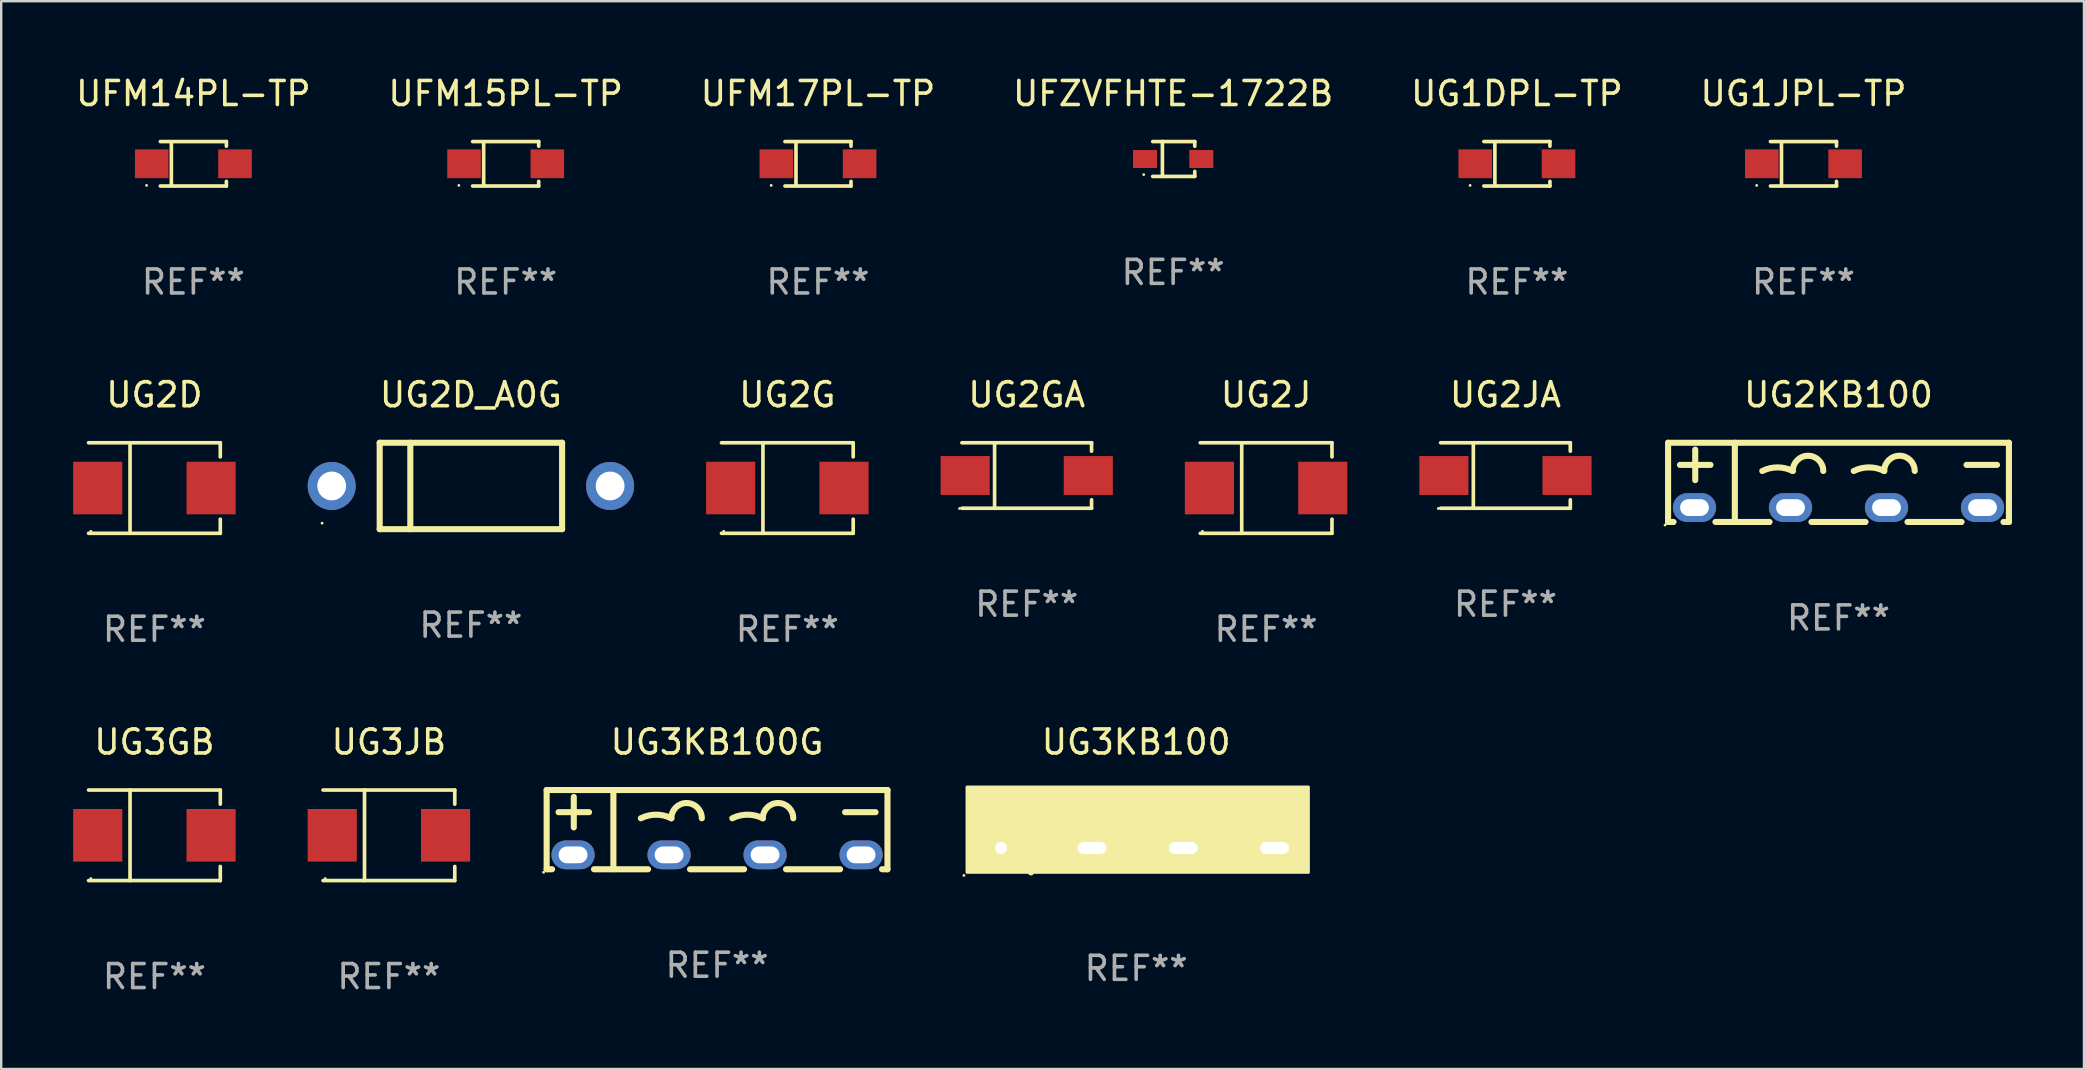
<source format=kicad_pcb>
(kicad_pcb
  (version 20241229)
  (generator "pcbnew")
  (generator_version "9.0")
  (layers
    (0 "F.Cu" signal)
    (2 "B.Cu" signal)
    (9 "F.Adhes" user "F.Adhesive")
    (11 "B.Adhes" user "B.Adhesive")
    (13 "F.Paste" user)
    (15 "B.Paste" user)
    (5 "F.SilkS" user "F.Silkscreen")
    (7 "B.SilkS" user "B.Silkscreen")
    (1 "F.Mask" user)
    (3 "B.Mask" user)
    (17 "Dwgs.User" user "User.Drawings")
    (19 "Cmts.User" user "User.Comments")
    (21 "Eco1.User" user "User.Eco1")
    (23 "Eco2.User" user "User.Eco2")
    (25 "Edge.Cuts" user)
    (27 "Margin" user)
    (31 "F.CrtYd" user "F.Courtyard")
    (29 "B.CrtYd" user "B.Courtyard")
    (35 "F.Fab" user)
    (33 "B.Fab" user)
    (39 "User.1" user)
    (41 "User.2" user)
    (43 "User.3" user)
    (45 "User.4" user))
  (footprint "UG3KB100G"
    (layer "F.Cu")
    (at 26.825 31.516)
    (property "Reference" "UG3KB100G" (at 0 -3.65 0) (layer "F.SilkS") (effects (font (size 1 1) (thickness 0.15))))
    (attr through_hole)
    (fp_line (start -7.1 -1.65) (end 7.1 -1.65) (stroke (width 0.254) (type solid)) (layer "F.SilkS"))
    (fp_line (start -7.1 1.65) (end -7.1 -1.65) (stroke (width 0.254) (type solid)) (layer "F.SilkS"))
    (fp_line (start -7.1 1.65) (end -6.874 1.65) (stroke (width 0.254) (type solid)) (layer "F.SilkS"))
    (fp_line (start -6.604 -0.728) (end -5.334 -0.728) (stroke (width 0.254) (type solid)) (layer "F.SilkS"))
    (fp_line (start -5.969 -0.093) (end -5.969 -1.363) (stroke (width 0.254) (type solid)) (layer "F.SilkS"))
    (fp_line (start -5.126 1.65) (end -2.874 1.65) (stroke (width 0.254) (type solid)) (layer "F.SilkS"))
    (fp_line (start -4.319 1.647) (end -4.319 -1.65) (stroke (width 0.254) (type solid)) (layer "F.SilkS"))
    (fp_line (start -1.126 1.65) (end 1.126 1.65) (stroke (width 0.254) (type solid)) (layer "F.SilkS"))
    (fp_line (start 2.874 1.65) (end 5.126 1.65) (stroke (width 0.254) (type solid)) (layer "F.SilkS"))
    (fp_line (start 5.334 -0.728) (end 6.604 -0.728) (stroke (width 0.254) (type solid)) (layer "F.SilkS"))
    (fp_line (start 6.874 1.65) (end 7.1 1.65) (stroke (width 0.254) (type solid)) (layer "F.SilkS"))
    (fp_line (start 7.1 -1.65) (end 7.1 1.65) (stroke (width 0.254) (type solid)) (layer "F.SilkS"))
    (fp_arc (start -3.175006 -0.473965) (mid -2.540005 -0.623868) (end -1.905003 -0.473965) (stroke (width 0.254001) (type solid)) (layer "F.SilkS"))
    (fp_arc (start -1.905005 -0.473965) (mid -1.270003 -1.108967) (end -0.635001 -0.473965) (stroke (width 0.254001) (type solid)) (layer "F.SilkS"))
    (fp_arc (start 0.635001 -0.473965) (mid 1.270003 -0.623869) (end 1.905004 -0.473965) (stroke (width 0.254001) (type solid)) (layer "F.SilkS"))
    (fp_arc (start 1.905004 -0.473965) (mid 2.540005 -1.108966) (end 3.175006 -0.473965) (stroke (width 0.254001) (type solid)) (layer "F.SilkS"))
    (fp_circle (center -7.227 1.777) (end -7.197 1.777) (stroke (width 0.06) (type solid)) (fill no) (layer "F.SilkS"))
    (fp_text user "REF**" (at 0 5.65 0) (layer "F.Fab") (effects (font (size 1 1) (thickness 0.15))))
    (pad "1" thru_hole oval (at -6 1.05) (size 1.8 1.2) (drill oval 1.2 0.7) (layers "*.Cu" "*.Mask"))
    (pad "2" thru_hole oval (at -2 1.05) (size 1.8 1.2) (drill oval 1.2 0.7) (layers "*.Cu" "*.Mask"))
    (pad "3" thru_hole oval (at 2 1.05) (size 1.8 1.2) (drill oval 1.2 0.7) (layers "*.Cu" "*.Mask"))
    (pad "4" thru_hole oval (at 6 1.05) (size 1.8 1.2) (drill oval 1.2 0.7) (layers "*.Cu" "*.Mask")))
  (footprint "UG2G"
    (layer "F.Cu")
    (at 29.753 17.283)
    (property "Reference" "UG2G" (at 0 -3.886 0) (layer "F.SilkS") (effects (font (size 1 1) (thickness 0.15))))
    (attr through_hole)
    (fp_line (start -2.744 -1.886) (end 2.744 -1.886) (stroke (width 0.152) (type solid)) (layer "F.SilkS"))
    (fp_line (start -2.744 1.886) (end 2.744 1.886) (stroke (width 0.152) (type solid)) (layer "F.SilkS"))
    (fp_line (start -1.016 -1.886) (end -1.016 1.886) (stroke (width 0.152) (type solid)) (layer "F.SilkS"))
    (fp_line (start 2.744 -1.886) (end 2.744 -1.299) (stroke (width 0.152) (type solid)) (layer "F.SilkS"))
    (fp_line (start 2.744 1.886) (end 2.744 1.299) (stroke (width 0.152) (type solid)) (layer "F.SilkS"))
    (fp_circle (center -2.65 1.8) (end -2.62 1.8) (stroke (width 0.06) (type solid)) (fill no) (layer "F.SilkS"))
    (fp_text user "REF**" (at 0 5.886 0) (layer "F.Fab") (effects (font (size 1 1) (thickness 0.15))))
    (pad "1" smd rect (at -2.361 0) (size 2.047 2.192) (layers "F.Cu" "F.Mask" "F.Paste"))
    (pad "2" smd rect (at 2.361 0) (size 2.047 2.192) (layers "F.Cu" "F.Mask" "F.Paste")))
  (footprint "UG1DPL-TP"
    (layer "F.Cu")
    (at 60.149 3.774)
    (property "Reference" "UG1DPL-TP" (at 0 -2.926 0) (layer "F.SilkS") (effects (font (size 1 1) (thickness 0.15))))
    (attr through_hole)
    (fp_line (start -1.376 -0.926) (end 1.376 -0.926) (stroke (width 0.152) (type solid)) (layer "F.SilkS"))
    (fp_line (start -1.376 0.926) (end 1.376 0.926) (stroke (width 0.152) (type solid)) (layer "F.SilkS"))
    (fp_line (start -0.917 -0.876) (end -0.917 0.876) (stroke (width 0.152) (type solid)) (layer "F.SilkS"))
    (fp_line (start 1.376 -0.926) (end 1.376 -0.733) (stroke (width 0.152) (type solid)) (layer "F.SilkS"))
    (fp_line (start 1.376 0.926) (end 1.376 0.733) (stroke (width 0.152) (type solid)) (layer "F.SilkS"))
    (fp_circle (center -1.95 0.9) (end -1.92 0.9) (stroke (width 0.06) (type solid)) (fill no) (layer "F.SilkS"))
    (fp_text user "REF**" (at 0 4.926 0) (layer "F.Fab") (effects (font (size 1 1) (thickness 0.15))))
    (pad "1" smd rect (at -1.735 0) (size 1.4 1.2) (layers "F.Cu" "F.Mask" "F.Paste"))
    (pad "2" smd rect (at 1.735 0) (size 1.4 1.2) (layers "F.Cu" "F.Mask" "F.Paste")))
  (footprint "UFM14PL-TP"
    (layer "F.Cu")
    (at 5.006 3.774)
    (property "Reference" "UFM14PL-TP" (at 0 -2.926 0) (layer "F.SilkS") (effects (font (size 1 1) (thickness 0.15))))
    (attr through_hole)
    (fp_line (start -1.376 -0.926) (end 1.376 -0.926) (stroke (width 0.152) (type solid)) (layer "F.SilkS"))
    (fp_line (start -1.376 0.926) (end 1.376 0.926) (stroke (width 0.152) (type solid)) (layer "F.SilkS"))
    (fp_line (start -0.917 -0.876) (end -0.917 0.876) (stroke (width 0.152) (type solid)) (layer "F.SilkS"))
    (fp_line (start 1.376 -0.926) (end 1.376 -0.733) (stroke (width 0.152) (type solid)) (layer "F.SilkS"))
    (fp_line (start 1.376 0.926) (end 1.376 0.733) (stroke (width 0.152) (type solid)) (layer "F.SilkS"))
    (fp_circle (center -1.95 0.9) (end -1.92 0.9) (stroke (width 0.06) (type solid)) (fill no) (layer "F.SilkS"))
    (fp_text user "REF**" (at 0 4.926 0) (layer "F.Fab") (effects (font (size 1 1) (thickness 0.15))))
    (pad "1" smd rect (at -1.735 0) (size 1.4 1.2) (layers "F.Cu" "F.Mask" "F.Paste"))
    (pad "2" smd rect (at 1.735 0) (size 1.4 1.2) (layers "F.Cu" "F.Mask" "F.Paste")))
  (footprint "UG3GB"
    (layer "F.Cu")
    (at 3.384 31.752)
    (property "Reference" "UG3GB" (at 0 -3.886 0) (layer "F.SilkS") (effects (font (size 1 1) (thickness 0.15))))
    (attr through_hole)
    (fp_line (start -2.744 -1.886) (end 2.744 -1.886) (stroke (width 0.152) (type solid)) (layer "F.SilkS"))
    (fp_line (start -2.744 1.886) (end 2.744 1.886) (stroke (width 0.152) (type solid)) (layer "F.SilkS"))
    (fp_line (start -1.016 -1.886) (end -1.016 1.886) (stroke (width 0.152) (type solid)) (layer "F.SilkS"))
    (fp_line (start 2.744 -1.886) (end 2.744 -1.299) (stroke (width 0.152) (type solid)) (layer "F.SilkS"))
    (fp_line (start 2.744 1.886) (end 2.744 1.299) (stroke (width 0.152) (type solid)) (layer "F.SilkS"))
    (fp_circle (center -2.65 1.8) (end -2.62 1.8) (stroke (width 0.06) (type solid)) (fill no) (layer "F.SilkS"))
    (fp_text user "REF**" (at 0 5.886 0) (layer "F.Fab") (effects (font (size 1 1) (thickness 0.15))))
    (pad "1" smd rect (at -2.361 0) (size 2.047 2.192) (layers "F.Cu" "F.Mask" "F.Paste"))
    (pad "2" smd rect (at 2.361 0) (size 2.047 2.192) (layers "F.Cu" "F.Mask" "F.Paste")))
  (footprint "UFM17PL-TP"
    (layer "F.Cu")
    (at 31.03 3.774)
    (property "Reference" "UFM17PL-TP" (at 0 -2.926 0) (layer "F.SilkS") (effects (font (size 1 1) (thickness 0.15))))
    (attr through_hole)
    (fp_line (start -1.376 -0.926) (end 1.376 -0.926) (stroke (width 0.152) (type solid)) (layer "F.SilkS"))
    (fp_line (start -1.376 0.926) (end 1.376 0.926) (stroke (width 0.152) (type solid)) (layer "F.SilkS"))
    (fp_line (start -0.917 -0.876) (end -0.917 0.876) (stroke (width 0.152) (type solid)) (layer "F.SilkS"))
    (fp_line (start 1.376 -0.926) (end 1.376 -0.733) (stroke (width 0.152) (type solid)) (layer "F.SilkS"))
    (fp_line (start 1.376 0.926) (end 1.376 0.733) (stroke (width 0.152) (type solid)) (layer "F.SilkS"))
    (fp_circle (center -1.95 0.9) (end -1.92 0.9) (stroke (width 0.06) (type solid)) (fill no) (layer "F.SilkS"))
    (fp_text user "REF**" (at 0 4.926 0) (layer "F.Fab") (effects (font (size 1 1) (thickness 0.15))))
    (pad "1" smd rect (at -1.735 0) (size 1.4 1.2) (layers "F.Cu" "F.Mask" "F.Paste"))
    (pad "2" smd rect (at 1.735 0) (size 1.4 1.2) (layers "F.Cu" "F.Mask" "F.Paste")))
  (footprint "UG2D"
    (layer "F.Cu")
    (at 3.384 17.283)
    (property "Reference" "UG2D" (at 0 -3.886 0) (layer "F.SilkS") (effects (font (size 1 1) (thickness 0.15))))
    (attr through_hole)
    (fp_line (start -2.744 -1.886) (end 2.744 -1.886) (stroke (width 0.152) (type solid)) (layer "F.SilkS"))
    (fp_line (start -2.744 1.886) (end 2.744 1.886) (stroke (width 0.152) (type solid)) (layer "F.SilkS"))
    (fp_line (start -1.016 -1.886) (end -1.016 1.886) (stroke (width 0.152) (type solid)) (layer "F.SilkS"))
    (fp_line (start 2.744 -1.886) (end 2.744 -1.299) (stroke (width 0.152) (type solid)) (layer "F.SilkS"))
    (fp_line (start 2.744 1.886) (end 2.744 1.299) (stroke (width 0.152) (type solid)) (layer "F.SilkS"))
    (fp_circle (center -2.65 1.8) (end -2.62 1.8) (stroke (width 0.06) (type solid)) (fill no) (layer "F.SilkS"))
    (fp_text user "REF**" (at 0 5.886 0) (layer "F.Fab") (effects (font (size 1 1) (thickness 0.15))))
    (pad "1" smd rect (at -2.361 0) (size 2.047 2.192) (layers "F.Cu" "F.Mask" "F.Paste"))
    (pad "2" smd rect (at 2.361 0) (size 2.047 2.192) (layers "F.Cu" "F.Mask" "F.Paste")))
  (footprint "UG2D_A0G"
    (layer "F.Cu")
    (at 16.569 17.197)
    (property "Reference" "UG2D_A0G" (at 0 -3.8 0) (layer "F.SilkS") (effects (font (size 1 1) (thickness 0.15))))
    (attr through_hole)
    (fp_line (start -3.8 -1.8) (end -3.8 1.8) (stroke (width 0.254) (type solid)) (layer "F.SilkS"))
    (fp_line (start -3.8 -1.8) (end 3.8 -1.8) (stroke (width 0.254) (type solid)) (layer "F.SilkS"))
    (fp_line (start -3.8 1.8) (end 3.8 1.8) (stroke (width 0.254) (type solid)) (layer "F.SilkS"))
    (fp_line (start -2.524 -1.8) (end -2.524 1.8) (stroke (width 0.254) (type solid)) (layer "F.SilkS"))
    (fp_line (start 3.8 -1.8) (end 3.8 1.8) (stroke (width 0.254) (type solid)) (layer "F.SilkS"))
    (fp_circle (center -6.2 1.55) (end -6.17 1.55) (stroke (width 0.06) (type solid)) (fill no) (layer "F.SilkS"))
    (fp_text user "REF**" (at 0 5.8 0) (layer "F.Fab") (effects (font (size 1 1) (thickness 0.15))))
    (pad "1" thru_hole circle (at -5.8 0) (size 2 2) (drill 1.2) (layers "*.Cu" "*.Mask"))
    (pad "2" thru_hole circle (at 5.8 0) (size 2 2) (drill 1.2) (layers "*.Cu" "*.Mask")))
  (footprint "UG3JB"
    (layer "F.Cu")
    (at 13.153 31.752)
    (property "Reference" "UG3JB" (at 0 -3.886 0) (layer "F.SilkS") (effects (font (size 1 1) (thickness 0.15))))
    (attr through_hole)
    (fp_line (start -2.744 -1.886) (end 2.744 -1.886) (stroke (width 0.152) (type solid)) (layer "F.SilkS"))
    (fp_line (start -2.744 1.886) (end 2.744 1.886) (stroke (width 0.152) (type solid)) (layer "F.SilkS"))
    (fp_line (start -1.016 -1.886) (end -1.016 1.886) (stroke (width 0.152) (type solid)) (layer "F.SilkS"))
    (fp_line (start 2.744 -1.886) (end 2.744 -1.299) (stroke (width 0.152) (type solid)) (layer "F.SilkS"))
    (fp_line (start 2.744 1.886) (end 2.744 1.299) (stroke (width 0.152) (type solid)) (layer "F.SilkS"))
    (fp_circle (center -2.65 1.8) (end -2.62 1.8) (stroke (width 0.06) (type solid)) (fill no) (layer "F.SilkS"))
    (fp_text user "REF**" (at 0 5.886 0) (layer "F.Fab") (effects (font (size 1 1) (thickness 0.15))))
    (pad "1" smd rect (at -2.361 0) (size 2.047 2.192) (layers "F.Cu" "F.Mask" "F.Paste"))
    (pad "2" smd rect (at 2.361 0) (size 2.047 2.192) (layers "F.Cu" "F.Mask" "F.Paste")))
  (footprint "UG2J"
    (layer "F.Cu")
    (at 49.7 17.283)
    (property "Reference" "UG2J" (at 0 -3.886 0) (layer "F.SilkS") (effects (font (size 1 1) (thickness 0.15))))
    (attr through_hole)
    (fp_line (start -2.744 -1.886) (end 2.744 -1.886) (stroke (width 0.152) (type solid)) (layer "F.SilkS"))
    (fp_line (start -2.744 1.886) (end 2.744 1.886) (stroke (width 0.152) (type solid)) (layer "F.SilkS"))
    (fp_line (start -1.016 -1.886) (end -1.016 1.886) (stroke (width 0.152) (type solid)) (layer "F.SilkS"))
    (fp_line (start 2.744 -1.886) (end 2.744 -1.299) (stroke (width 0.152) (type solid)) (layer "F.SilkS"))
    (fp_line (start 2.744 1.886) (end 2.744 1.299) (stroke (width 0.152) (type solid)) (layer "F.SilkS"))
    (fp_circle (center -2.65 1.8) (end -2.62 1.8) (stroke (width 0.06) (type solid)) (fill no) (layer "F.SilkS"))
    (fp_text user "REF**" (at 0 5.886 0) (layer "F.Fab") (effects (font (size 1 1) (thickness 0.15))))
    (pad "1" smd rect (at -2.361 0) (size 2.047 2.192) (layers "F.Cu" "F.Mask" "F.Paste"))
    (pad "2" smd rect (at 2.361 0) (size 2.047 2.192) (layers "F.Cu" "F.Mask" "F.Paste")))
  (footprint "UG2JA"
    (layer "F.Cu")
    (at 59.673 16.761)
    (property "Reference" "UG2JA" (at 0 -3.364 0) (layer "F.SilkS") (effects (font (size 1 1) (thickness 0.15))))
    (attr through_hole)
    (fp_line (start -2.701 -1.364) (end 2.701 -1.364) (stroke (width 0.152) (type solid)) (layer "F.SilkS"))
    (fp_line (start -2.701 1.364) (end 2.701 1.364) (stroke (width 0.152) (type solid)) (layer "F.SilkS"))
    (fp_line (start -1.339 -1.364) (end -1.339 1.364) (stroke (width 0.152) (type solid)) (layer "F.SilkS"))
    (fp_line (start 2.701 -1.364) (end 2.701 -1.013) (stroke (width 0.152) (type solid)) (layer "F.SilkS"))
    (fp_line (start 2.701 1.364) (end 2.701 1.013) (stroke (width 0.152) (type solid)) (layer "F.SilkS"))
    (fp_circle (center -2.8 1.375) (end -2.77 1.375) (stroke (width 0.06) (type solid)) (fill no) (layer "F.SilkS"))
    (fp_text user "REF**" (at 0 5.364 0) (layer "F.Fab") (effects (font (size 1 1) (thickness 0.15))))
    (pad "1" smd rect (at -2.565 -0.000025) (size 2.046 1.62) (layers "F.Cu" "F.Mask" "F.Paste"))
    (pad "2" smd rect (at 2.565 -0.000025) (size 2.046 1.62) (layers "F.Cu" "F.Mask" "F.Paste")))
  (footprint "UG1JPL-TP"
    (layer "F.Cu")
    (at 72.089 3.774)
    (property "Reference" "UG1JPL-TP" (at 0 -2.926 0) (layer "F.SilkS") (effects (font (size 1 1) (thickness 0.15))))
    (attr through_hole)
    (fp_line (start -1.376 -0.926) (end 1.376 -0.926) (stroke (width 0.152) (type solid)) (layer "F.SilkS"))
    (fp_line (start -1.376 0.926) (end 1.376 0.926) (stroke (width 0.152) (type solid)) (layer "F.SilkS"))
    (fp_line (start -0.917 -0.876) (end -0.917 0.876) (stroke (width 0.152) (type solid)) (layer "F.SilkS"))
    (fp_line (start 1.376 -0.926) (end 1.376 -0.733) (stroke (width 0.152) (type solid)) (layer "F.SilkS"))
    (fp_line (start 1.376 0.926) (end 1.376 0.733) (stroke (width 0.152) (type solid)) (layer "F.SilkS"))
    (fp_circle (center -1.95 0.9) (end -1.92 0.9) (stroke (width 0.06) (type solid)) (fill no) (layer "F.SilkS"))
    (fp_text user "REF**" (at 0 4.926 0) (layer "F.Fab") (effects (font (size 1 1) (thickness 0.15))))
    (pad "1" smd rect (at -1.735 0) (size 1.4 1.2) (layers "F.Cu" "F.Mask" "F.Paste"))
    (pad "2" smd rect (at 1.735 0) (size 1.4 1.2) (layers "F.Cu" "F.Mask" "F.Paste")))
  (footprint "UG3KB100"
    (layer "F.Cu")
    (at 44.287 31.581)
    (property "Reference" "UG3KB100" (at 0 -3.715 0) (layer "F.SilkS") (effects (font (size 1 1) (thickness 0.15))))
    (attr through_hole)
    (fp_line (start -6.668 -0.826) (end -4.89 -0.826) (stroke (width 0.254) (type solid)) (layer "F.SilkS"))
    (fp_line (start -5.779 -1.588) (end -5.779 -0.064) (stroke (width 0.254) (type solid)) (layer "F.SilkS"))
    (fp_line (start -4.382 -1.715) (end -4.382 1.715) (stroke (width 0.254) (type solid)) (layer "F.SilkS"))
    (fp_line (start 4.89 -0.699) (end 6.668 -0.699) (stroke (width 0.254) (type solid)) (layer "F.SilkS"))
    (fp_arc (start -2.984544 -0.793777) (mid -2.413043 -0.92869) (end -1.841542 -0.793777) (stroke (width 0.254001) (type solid)) (layer "F.SilkS"))
    (fp_arc (start -0.698539 -0.857277) (mid -1.270041 -0.285775) (end -1.841543 -0.857277) (stroke (width 0.254001) (type solid)) (layer "F.SilkS"))
    (fp_arc (start 0.698463 -0.793777) (mid 1.269964 -0.92869) (end 1.841465 -0.793777) (stroke (width 0.254001) (type solid)) (layer "F.SilkS"))
    (fp_arc (start 2.984468 -0.857277) (mid 2.412967 -0.285776) (end 1.841466 -0.857277) (stroke (width 0.254001) (type solid)) (layer "F.SilkS"))
    (fp_circle (center -7.176 1.842) (end -7.146 1.842) (stroke (width 0.06) (type solid)) (fill no) (layer "F.SilkS"))
    (fp_poly (pts (xy -7.049 -1.842) (xy 7.176 -1.842) (xy 7.176 1.715) (xy -7.049 1.715)) (stroke (width 0.12) (type solid)) (fill yes) (layer "F.SilkS"))
    (fp_text user "REF**" (at 0 5.715 0) (layer "F.Fab") (effects (font (size 1 1) (thickness 0.15))))
    (pad "1" thru_hole rect (at -5.637 0.699) (size 2 1) (drill 0.5) (layers "*.Cu" "*.Mask"))
    (pad "2" thru_hole oval (at -1.836 0.699) (size 2 1) (drill oval 1.2 0.5) (layers "*.Cu" "*.Mask"))
    (pad "3" thru_hole oval (at 1.963 0.699) (size 2 1) (drill oval 1.2 0.5) (layers "*.Cu" "*.Mask"))
    (pad "4" thru_hole oval (at 5.764 0.699) (size 2 1) (drill oval 1.2 0.5) (layers "*.Cu" "*.Mask")))
  (footprint "UG2KB100"
    (layer "F.Cu")
    (at 73.548 17.047)
    (property "Reference" "UG2KB100" (at 0 -3.65 0) (layer "F.SilkS") (effects (font (size 1 1) (thickness 0.15))))
    (attr through_hole)
    (fp_line (start -7.1 -1.65) (end 7.1 -1.65) (stroke (width 0.254) (type solid)) (layer "F.SilkS"))
    (fp_line (start -7.1 1.65) (end -7.1 -1.65) (stroke (width 0.254) (type solid)) (layer "F.SilkS"))
    (fp_line (start -7.1 1.65) (end -6.874 1.65) (stroke (width 0.254) (type solid)) (layer "F.SilkS"))
    (fp_line (start -6.604 -0.728) (end -5.334 -0.728) (stroke (width 0.254) (type solid)) (layer "F.SilkS"))
    (fp_line (start -5.969 -0.093) (end -5.969 -1.363) (stroke (width 0.254) (type solid)) (layer "F.SilkS"))
    (fp_line (start -5.126 1.65) (end -2.874 1.65) (stroke (width 0.254) (type solid)) (layer "F.SilkS"))
    (fp_line (start -4.319 1.647) (end -4.319 -1.65) (stroke (width 0.254) (type solid)) (layer "F.SilkS"))
    (fp_line (start -1.126 1.65) (end 1.126 1.65) (stroke (width 0.254) (type solid)) (layer "F.SilkS"))
    (fp_line (start 2.874 1.65) (end 5.126 1.65) (stroke (width 0.254) (type solid)) (layer "F.SilkS"))
    (fp_line (start 5.334 -0.728) (end 6.604 -0.728) (stroke (width 0.254) (type solid)) (layer "F.SilkS"))
    (fp_line (start 6.874 1.65) (end 7.1 1.65) (stroke (width 0.254) (type solid)) (layer "F.SilkS"))
    (fp_line (start 7.1 -1.65) (end 7.1 1.65) (stroke (width 0.254) (type solid)) (layer "F.SilkS"))
    (fp_arc (start -3.175006 -0.473965) (mid -2.540005 -0.623868) (end -1.905003 -0.473965) (stroke (width 0.254001) (type solid)) (layer "F.SilkS"))
    (fp_arc (start -1.905005 -0.473965) (mid -1.270003 -1.108967) (end -0.635001 -0.473965) (stroke (width 0.254001) (type solid)) (layer "F.SilkS"))
    (fp_arc (start 0.635001 -0.473965) (mid 1.270003 -0.623869) (end 1.905004 -0.473965) (stroke (width 0.254001) (type solid)) (layer "F.SilkS"))
    (fp_arc (start 1.905004 -0.473965) (mid 2.540005 -1.108966) (end 3.175006 -0.473965) (stroke (width 0.254001) (type solid)) (layer "F.SilkS"))
    (fp_circle (center -7.227 1.777) (end -7.197 1.777) (stroke (width 0.06) (type solid)) (fill no) (layer "F.SilkS"))
    (fp_text user "REF**" (at 0 5.65 0) (layer "F.Fab") (effects (font (size 1 1) (thickness 0.15))))
    (pad "1" thru_hole oval (at -6 1.05) (size 1.8 1.2) (drill oval 1.2 0.7) (layers "*.Cu" "*.Mask"))
    (pad "2" thru_hole oval (at -2 1.05) (size 1.8 1.2) (drill oval 1.2 0.7) (layers "*.Cu" "*.Mask"))
    (pad "3" thru_hole oval (at 2 1.05) (size 1.8 1.2) (drill oval 1.2 0.7) (layers "*.Cu" "*.Mask"))
    (pad "4" thru_hole oval (at 6 1.05) (size 1.8 1.2) (drill oval 1.2 0.7) (layers "*.Cu" "*.Mask")))
  (footprint "UG2GA"
    (layer "F.Cu")
    (at 39.727 16.761)
    (property "Reference" "UG2GA" (at 0 -3.364 0) (layer "F.SilkS") (effects (font (size 1 1) (thickness 0.15))))
    (attr through_hole)
    (fp_line (start -2.701 -1.364) (end 2.701 -1.364) (stroke (width 0.152) (type solid)) (layer "F.SilkS"))
    (fp_line (start -2.701 1.364) (end 2.701 1.364) (stroke (width 0.152) (type solid)) (layer "F.SilkS"))
    (fp_line (start -1.339 -1.364) (end -1.339 1.364) (stroke (width 0.152) (type solid)) (layer "F.SilkS"))
    (fp_line (start 2.701 -1.364) (end 2.701 -1.013) (stroke (width 0.152) (type solid)) (layer "F.SilkS"))
    (fp_line (start 2.701 1.364) (end 2.701 1.013) (stroke (width 0.152) (type solid)) (layer "F.SilkS"))
    (fp_circle (center -2.8 1.375) (end -2.77 1.375) (stroke (width 0.06) (type solid)) (fill no) (layer "F.SilkS"))
    (fp_text user "REF**" (at 0 5.364 0) (layer "F.Fab") (effects (font (size 1 1) (thickness 0.15))))
    (pad "1" smd rect (at -2.565 -0.000025) (size 2.046 1.62) (layers "F.Cu" "F.Mask" "F.Paste"))
    (pad "2" smd rect (at 2.565 -0.000025) (size 2.046 1.62) (layers "F.Cu" "F.Mask" "F.Paste")))
  (footprint "UFM15PL-TP"
    (layer "F.Cu")
    (at 18.018 3.774)
    (property "Reference" "UFM15PL-TP" (at 0 -2.926 0) (layer "F.SilkS") (effects (font (size 1 1) (thickness 0.15))))
    (attr through_hole)
    (fp_line (start -1.376 -0.926) (end 1.376 -0.926) (stroke (width 0.152) (type solid)) (layer "F.SilkS"))
    (fp_line (start -1.376 0.926) (end 1.376 0.926) (stroke (width 0.152) (type solid)) (layer "F.SilkS"))
    (fp_line (start -0.917 -0.876) (end -0.917 0.876) (stroke (width 0.152) (type solid)) (layer "F.SilkS"))
    (fp_line (start 1.376 -0.926) (end 1.376 -0.733) (stroke (width 0.152) (type solid)) (layer "F.SilkS"))
    (fp_line (start 1.376 0.926) (end 1.376 0.733) (stroke (width 0.152) (type solid)) (layer "F.SilkS"))
    (fp_circle (center -1.95 0.9) (end -1.92 0.9) (stroke (width 0.06) (type solid)) (fill no) (layer "F.SilkS"))
    (fp_text user "REF**" (at 0 4.926 0) (layer "F.Fab") (effects (font (size 1 1) (thickness 0.15))))
    (pad "1" smd rect (at -1.735 0) (size 1.4 1.2) (layers "F.Cu" "F.Mask" "F.Paste"))
    (pad "2" smd rect (at 1.735 0) (size 1.4 1.2) (layers "F.Cu" "F.Mask" "F.Paste")))
  (footprint "UFZVFHTE-1722B"
    (layer "F.Cu")
    (at 45.827 3.574)
    (property "Reference" "UFZVFHTE-1722B" (at 0 -2.726 0) (layer "F.SilkS") (effects (font (size 1 1) (thickness 0.15))))
    (attr through_hole)
    (fp_line (start -0.851 -0.726) (end 0.901 -0.726) (stroke (width 0.152) (type solid)) (layer "F.SilkS"))
    (fp_line (start -0.851 0.726) (end 0.901 0.726) (stroke (width 0.152) (type solid)) (layer "F.SilkS"))
    (fp_line (start -0.447 -0.726) (end -0.447 0.726) (stroke (width 0.152) (type solid)) (layer "F.SilkS"))
    (fp_line (start 0.901 -0.726) (end 0.901 -0.53) (stroke (width 0.152) (type solid)) (layer "F.SilkS"))
    (fp_line (start 0.901 0.726) (end 0.901 0.52) (stroke (width 0.152) (type solid)) (layer "F.SilkS"))
    (fp_circle (center -1.225 0.65) (end -1.195 0.65) (stroke (width 0.06) (type solid)) (fill no) (layer "F.SilkS"))
    (fp_text user "REF**" (at 0 4.726 0) (layer "F.Fab") (effects (font (size 1 1) (thickness 0.15))))
    (pad "1" smd rect (at -1.173 0) (size 1 0.75) (layers "F.Cu" "F.Mask" "F.Paste"))
    (pad "2" smd rect (at 1.173 0) (size 1 0.75) (layers "F.Cu" "F.Mask" "F.Paste")))
  (gr_rect
    (start -3 -3)
    (end 83.775 41.487)
    (stroke (width 0.1) (type default))
    (fill no)
    (layer "Edge.Cuts")))
</source>
